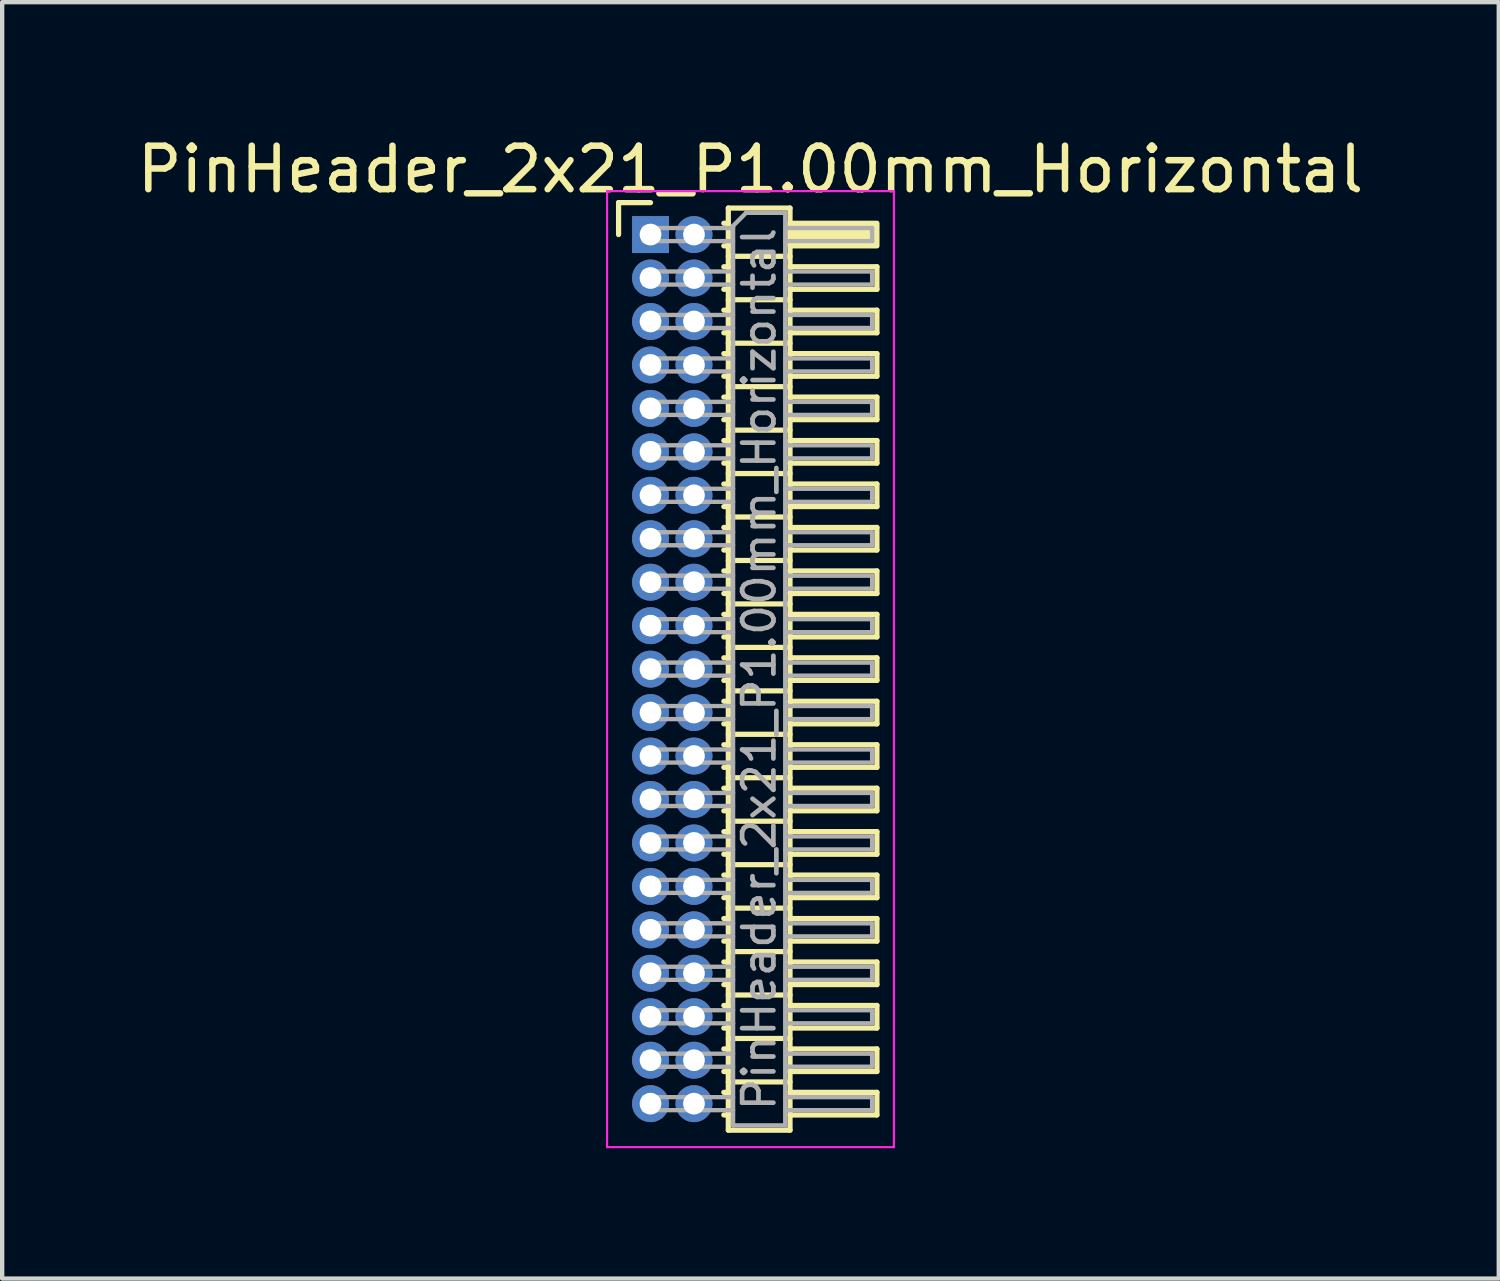
<source format=kicad_pcb>
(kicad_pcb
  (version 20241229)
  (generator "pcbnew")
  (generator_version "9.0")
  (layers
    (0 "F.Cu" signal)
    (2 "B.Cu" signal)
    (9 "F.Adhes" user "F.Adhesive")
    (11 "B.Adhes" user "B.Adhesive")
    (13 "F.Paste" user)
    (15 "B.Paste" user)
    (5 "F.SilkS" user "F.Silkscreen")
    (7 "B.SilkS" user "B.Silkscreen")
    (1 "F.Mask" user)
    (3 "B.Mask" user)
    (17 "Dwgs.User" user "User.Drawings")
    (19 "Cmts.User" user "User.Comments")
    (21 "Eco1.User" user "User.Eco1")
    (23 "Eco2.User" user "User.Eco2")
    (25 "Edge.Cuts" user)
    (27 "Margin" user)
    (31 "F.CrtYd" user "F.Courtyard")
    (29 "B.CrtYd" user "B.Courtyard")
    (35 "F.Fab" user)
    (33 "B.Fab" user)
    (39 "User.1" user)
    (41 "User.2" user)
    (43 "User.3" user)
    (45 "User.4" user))
  (footprint "PinHeader_2x21_P1.00mm_Horizontal"
    (layer "F.Cu")
    (at 11.92 2.348)
    (property "Reference" "PinHeader_2x21_P1.00mm_Horizontal" (at 2.3 -1.5 0) (layer "F.SilkS") (effects (font (size 1 1) (thickness 0.15))))
    (attr through_hole)
    (fp_line (start -0.735 -0.735) (end 0 -0.735) (stroke (width 0.12) (type solid)) (layer "F.SilkS"))
    (fp_line (start -0.735 0) (end -0.735 -0.735) (stroke (width 0.12) (type solid)) (layer "F.SilkS"))
    (fp_line (start 1.687 -0.26) (end 1.79 -0.26) (stroke (width 0.12) (type solid)) (layer "F.SilkS"))
    (fp_line (start 1.687 0.26) (end 1.79 0.26) (stroke (width 0.12) (type solid)) (layer "F.SilkS"))
    (fp_line (start 1.687 0.74) (end 1.79 0.74) (stroke (width 0.12) (type solid)) (layer "F.SilkS"))
    (fp_line (start 1.687 1.26) (end 1.79 1.26) (stroke (width 0.12) (type solid)) (layer "F.SilkS"))
    (fp_line (start 1.687 1.74) (end 1.79 1.74) (stroke (width 0.12) (type solid)) (layer "F.SilkS"))
    (fp_line (start 1.687 2.26) (end 1.79 2.26) (stroke (width 0.12) (type solid)) (layer "F.SilkS"))
    (fp_line (start 1.687 2.74) (end 1.79 2.74) (stroke (width 0.12) (type solid)) (layer "F.SilkS"))
    (fp_line (start 1.687 3.26) (end 1.79 3.26) (stroke (width 0.12) (type solid)) (layer "F.SilkS"))
    (fp_line (start 1.687 3.74) (end 1.79 3.74) (stroke (width 0.12) (type solid)) (layer "F.SilkS"))
    (fp_line (start 1.687 4.26) (end 1.79 4.26) (stroke (width 0.12) (type solid)) (layer "F.SilkS"))
    (fp_line (start 1.687 4.74) (end 1.79 4.74) (stroke (width 0.12) (type solid)) (layer "F.SilkS"))
    (fp_line (start 1.687 5.26) (end 1.79 5.26) (stroke (width 0.12) (type solid)) (layer "F.SilkS"))
    (fp_line (start 1.687 5.74) (end 1.79 5.74) (stroke (width 0.12) (type solid)) (layer "F.SilkS"))
    (fp_line (start 1.687 6.26) (end 1.79 6.26) (stroke (width 0.12) (type solid)) (layer "F.SilkS"))
    (fp_line (start 1.687 6.74) (end 1.79 6.74) (stroke (width 0.12) (type solid)) (layer "F.SilkS"))
    (fp_line (start 1.687 7.26) (end 1.79 7.26) (stroke (width 0.12) (type solid)) (layer "F.SilkS"))
    (fp_line (start 1.687 7.74) (end 1.79 7.74) (stroke (width 0.12) (type solid)) (layer "F.SilkS"))
    (fp_line (start 1.687 8.26) (end 1.79 8.26) (stroke (width 0.12) (type solid)) (layer "F.SilkS"))
    (fp_line (start 1.687 8.74) (end 1.79 8.74) (stroke (width 0.12) (type solid)) (layer "F.SilkS"))
    (fp_line (start 1.687 9.26) (end 1.79 9.26) (stroke (width 0.12) (type solid)) (layer "F.SilkS"))
    (fp_line (start 1.687 9.74) (end 1.79 9.74) (stroke (width 0.12) (type solid)) (layer "F.SilkS"))
    (fp_line (start 1.687 10.26) (end 1.79 10.26) (stroke (width 0.12) (type solid)) (layer "F.SilkS"))
    (fp_line (start 1.687 10.74) (end 1.79 10.74) (stroke (width 0.12) (type solid)) (layer "F.SilkS"))
    (fp_line (start 1.687 11.26) (end 1.79 11.26) (stroke (width 0.12) (type solid)) (layer "F.SilkS"))
    (fp_line (start 1.687 11.74) (end 1.79 11.74) (stroke (width 0.12) (type solid)) (layer "F.SilkS"))
    (fp_line (start 1.687 12.26) (end 1.79 12.26) (stroke (width 0.12) (type solid)) (layer "F.SilkS"))
    (fp_line (start 1.687 12.74) (end 1.79 12.74) (stroke (width 0.12) (type solid)) (layer "F.SilkS"))
    (fp_line (start 1.687 13.26) (end 1.79 13.26) (stroke (width 0.12) (type solid)) (layer "F.SilkS"))
    (fp_line (start 1.687 13.74) (end 1.79 13.74) (stroke (width 0.12) (type solid)) (layer "F.SilkS"))
    (fp_line (start 1.687 14.26) (end 1.79 14.26) (stroke (width 0.12) (type solid)) (layer "F.SilkS"))
    (fp_line (start 1.687 14.74) (end 1.79 14.74) (stroke (width 0.12) (type solid)) (layer "F.SilkS"))
    (fp_line (start 1.687 15.26) (end 1.79 15.26) (stroke (width 0.12) (type solid)) (layer "F.SilkS"))
    (fp_line (start 1.687 15.74) (end 1.79 15.74) (stroke (width 0.12) (type solid)) (layer "F.SilkS"))
    (fp_line (start 1.687 16.26) (end 1.79 16.26) (stroke (width 0.12) (type solid)) (layer "F.SilkS"))
    (fp_line (start 1.687 16.74) (end 1.79 16.74) (stroke (width 0.12) (type solid)) (layer "F.SilkS"))
    (fp_line (start 1.687 17.26) (end 1.79 17.26) (stroke (width 0.12) (type solid)) (layer "F.SilkS"))
    (fp_line (start 1.687 17.74) (end 1.79 17.74) (stroke (width 0.12) (type solid)) (layer "F.SilkS"))
    (fp_line (start 1.687 18.26) (end 1.79 18.26) (stroke (width 0.12) (type solid)) (layer "F.SilkS"))
    (fp_line (start 1.687 18.74) (end 1.79 18.74) (stroke (width 0.12) (type solid)) (layer "F.SilkS"))
    (fp_line (start 1.687 19.26) (end 1.79 19.26) (stroke (width 0.12) (type solid)) (layer "F.SilkS"))
    (fp_line (start 1.687 19.74) (end 1.79 19.74) (stroke (width 0.12) (type solid)) (layer "F.SilkS"))
    (fp_line (start 1.687 20.26) (end 1.79 20.26) (stroke (width 0.12) (type solid)) (layer "F.SilkS"))
    (fp_line (start 1.79 -0.61) (end 1.79 20.61) (stroke (width 0.12) (type solid)) (layer "F.SilkS"))
    (fp_line (start 1.79 0.5) (end 3.21 0.5) (stroke (width 0.12) (type solid)) (layer "F.SilkS"))
    (fp_line (start 1.79 1.5) (end 3.21 1.5) (stroke (width 0.12) (type solid)) (layer "F.SilkS"))
    (fp_line (start 1.79 2.5) (end 3.21 2.5) (stroke (width 0.12) (type solid)) (layer "F.SilkS"))
    (fp_line (start 1.79 3.5) (end 3.21 3.5) (stroke (width 0.12) (type solid)) (layer "F.SilkS"))
    (fp_line (start 1.79 4.5) (end 3.21 4.5) (stroke (width 0.12) (type solid)) (layer "F.SilkS"))
    (fp_line (start 1.79 5.5) (end 3.21 5.5) (stroke (width 0.12) (type solid)) (layer "F.SilkS"))
    (fp_line (start 1.79 6.5) (end 3.21 6.5) (stroke (width 0.12) (type solid)) (layer "F.SilkS"))
    (fp_line (start 1.79 7.5) (end 3.21 7.5) (stroke (width 0.12) (type solid)) (layer "F.SilkS"))
    (fp_line (start 1.79 8.5) (end 3.21 8.5) (stroke (width 0.12) (type solid)) (layer "F.SilkS"))
    (fp_line (start 1.79 9.5) (end 3.21 9.5) (stroke (width 0.12) (type solid)) (layer "F.SilkS"))
    (fp_line (start 1.79 10.5) (end 3.21 10.5) (stroke (width 0.12) (type solid)) (layer "F.SilkS"))
    (fp_line (start 1.79 11.5) (end 3.21 11.5) (stroke (width 0.12) (type solid)) (layer "F.SilkS"))
    (fp_line (start 1.79 12.5) (end 3.21 12.5) (stroke (width 0.12) (type solid)) (layer "F.SilkS"))
    (fp_line (start 1.79 13.5) (end 3.21 13.5) (stroke (width 0.12) (type solid)) (layer "F.SilkS"))
    (fp_line (start 1.79 14.5) (end 3.21 14.5) (stroke (width 0.12) (type solid)) (layer "F.SilkS"))
    (fp_line (start 1.79 15.5) (end 3.21 15.5) (stroke (width 0.12) (type solid)) (layer "F.SilkS"))
    (fp_line (start 1.79 16.5) (end 3.21 16.5) (stroke (width 0.12) (type solid)) (layer "F.SilkS"))
    (fp_line (start 1.79 17.5) (end 3.21 17.5) (stroke (width 0.12) (type solid)) (layer "F.SilkS"))
    (fp_line (start 1.79 18.5) (end 3.21 18.5) (stroke (width 0.12) (type solid)) (layer "F.SilkS"))
    (fp_line (start 1.79 19.5) (end 3.21 19.5) (stroke (width 0.12) (type solid)) (layer "F.SilkS"))
    (fp_line (start 1.79 20.61) (end 3.21 20.61) (stroke (width 0.12) (type solid)) (layer "F.SilkS"))
    (fp_line (start 3.21 -0.61) (end 1.79 -0.61) (stroke (width 0.12) (type solid)) (layer "F.SilkS"))
    (fp_line (start 3.21 0.74) (end 5.21 0.74) (stroke (width 0.12) (type solid)) (layer "F.SilkS"))
    (fp_line (start 3.21 1.74) (end 5.21 1.74) (stroke (width 0.12) (type solid)) (layer "F.SilkS"))
    (fp_line (start 3.21 2.74) (end 5.21 2.74) (stroke (width 0.12) (type solid)) (layer "F.SilkS"))
    (fp_line (start 3.21 3.74) (end 5.21 3.74) (stroke (width 0.12) (type solid)) (layer "F.SilkS"))
    (fp_line (start 3.21 4.74) (end 5.21 4.74) (stroke (width 0.12) (type solid)) (layer "F.SilkS"))
    (fp_line (start 3.21 5.74) (end 5.21 5.74) (stroke (width 0.12) (type solid)) (layer "F.SilkS"))
    (fp_line (start 3.21 6.74) (end 5.21 6.74) (stroke (width 0.12) (type solid)) (layer "F.SilkS"))
    (fp_line (start 3.21 7.74) (end 5.21 7.74) (stroke (width 0.12) (type solid)) (layer "F.SilkS"))
    (fp_line (start 3.21 8.74) (end 5.21 8.74) (stroke (width 0.12) (type solid)) (layer "F.SilkS"))
    (fp_line (start 3.21 9.74) (end 5.21 9.74) (stroke (width 0.12) (type solid)) (layer "F.SilkS"))
    (fp_line (start 3.21 10.74) (end 5.21 10.74) (stroke (width 0.12) (type solid)) (layer "F.SilkS"))
    (fp_line (start 3.21 11.74) (end 5.21 11.74) (stroke (width 0.12) (type solid)) (layer "F.SilkS"))
    (fp_line (start 3.21 12.74) (end 5.21 12.74) (stroke (width 0.12) (type solid)) (layer "F.SilkS"))
    (fp_line (start 3.21 13.74) (end 5.21 13.74) (stroke (width 0.12) (type solid)) (layer "F.SilkS"))
    (fp_line (start 3.21 14.74) (end 5.21 14.74) (stroke (width 0.12) (type solid)) (layer "F.SilkS"))
    (fp_line (start 3.21 15.74) (end 5.21 15.74) (stroke (width 0.12) (type solid)) (layer "F.SilkS"))
    (fp_line (start 3.21 16.74) (end 5.21 16.74) (stroke (width 0.12) (type solid)) (layer "F.SilkS"))
    (fp_line (start 3.21 17.74) (end 5.21 17.74) (stroke (width 0.12) (type solid)) (layer "F.SilkS"))
    (fp_line (start 3.21 18.74) (end 5.21 18.74) (stroke (width 0.12) (type solid)) (layer "F.SilkS"))
    (fp_line (start 3.21 19.74) (end 5.21 19.74) (stroke (width 0.12) (type solid)) (layer "F.SilkS"))
    (fp_line (start 3.21 20.61) (end 3.21 -0.61) (stroke (width 0.12) (type solid)) (layer "F.SilkS"))
    (fp_line (start 5.21 0.74) (end 5.21 1.26) (stroke (width 0.12) (type solid)) (layer "F.SilkS"))
    (fp_line (start 5.21 1.26) (end 3.21 1.26) (stroke (width 0.12) (type solid)) (layer "F.SilkS"))
    (fp_line (start 5.21 1.74) (end 5.21 2.26) (stroke (width 0.12) (type solid)) (layer "F.SilkS"))
    (fp_line (start 5.21 2.26) (end 3.21 2.26) (stroke (width 0.12) (type solid)) (layer "F.SilkS"))
    (fp_line (start 5.21 2.74) (end 5.21 3.26) (stroke (width 0.12) (type solid)) (layer "F.SilkS"))
    (fp_line (start 5.21 3.26) (end 3.21 3.26) (stroke (width 0.12) (type solid)) (layer "F.SilkS"))
    (fp_line (start 5.21 3.74) (end 5.21 4.26) (stroke (width 0.12) (type solid)) (layer "F.SilkS"))
    (fp_line (start 5.21 4.26) (end 3.21 4.26) (stroke (width 0.12) (type solid)) (layer "F.SilkS"))
    (fp_line (start 5.21 4.74) (end 5.21 5.26) (stroke (width 0.12) (type solid)) (layer "F.SilkS"))
    (fp_line (start 5.21 5.26) (end 3.21 5.26) (stroke (width 0.12) (type solid)) (layer "F.SilkS"))
    (fp_line (start 5.21 5.74) (end 5.21 6.26) (stroke (width 0.12) (type solid)) (layer "F.SilkS"))
    (fp_line (start 5.21 6.26) (end 3.21 6.26) (stroke (width 0.12) (type solid)) (layer "F.SilkS"))
    (fp_line (start 5.21 6.74) (end 5.21 7.26) (stroke (width 0.12) (type solid)) (layer "F.SilkS"))
    (fp_line (start 5.21 7.26) (end 3.21 7.26) (stroke (width 0.12) (type solid)) (layer "F.SilkS"))
    (fp_line (start 5.21 7.74) (end 5.21 8.26) (stroke (width 0.12) (type solid)) (layer "F.SilkS"))
    (fp_line (start 5.21 8.26) (end 3.21 8.26) (stroke (width 0.12) (type solid)) (layer "F.SilkS"))
    (fp_line (start 5.21 8.74) (end 5.21 9.26) (stroke (width 0.12) (type solid)) (layer "F.SilkS"))
    (fp_line (start 5.21 9.26) (end 3.21 9.26) (stroke (width 0.12) (type solid)) (layer "F.SilkS"))
    (fp_line (start 5.21 9.74) (end 5.21 10.26) (stroke (width 0.12) (type solid)) (layer "F.SilkS"))
    (fp_line (start 5.21 10.26) (end 3.21 10.26) (stroke (width 0.12) (type solid)) (layer "F.SilkS"))
    (fp_line (start 5.21 10.74) (end 5.21 11.26) (stroke (width 0.12) (type solid)) (layer "F.SilkS"))
    (fp_line (start 5.21 11.26) (end 3.21 11.26) (stroke (width 0.12) (type solid)) (layer "F.SilkS"))
    (fp_line (start 5.21 11.74) (end 5.21 12.26) (stroke (width 0.12) (type solid)) (layer "F.SilkS"))
    (fp_line (start 5.21 12.26) (end 3.21 12.26) (stroke (width 0.12) (type solid)) (layer "F.SilkS"))
    (fp_line (start 5.21 12.74) (end 5.21 13.26) (stroke (width 0.12) (type solid)) (layer "F.SilkS"))
    (fp_line (start 5.21 13.26) (end 3.21 13.26) (stroke (width 0.12) (type solid)) (layer "F.SilkS"))
    (fp_line (start 5.21 13.74) (end 5.21 14.26) (stroke (width 0.12) (type solid)) (layer "F.SilkS"))
    (fp_line (start 5.21 14.26) (end 3.21 14.26) (stroke (width 0.12) (type solid)) (layer "F.SilkS"))
    (fp_line (start 5.21 14.74) (end 5.21 15.26) (stroke (width 0.12) (type solid)) (layer "F.SilkS"))
    (fp_line (start 5.21 15.26) (end 3.21 15.26) (stroke (width 0.12) (type solid)) (layer "F.SilkS"))
    (fp_line (start 5.21 15.74) (end 5.21 16.26) (stroke (width 0.12) (type solid)) (layer "F.SilkS"))
    (fp_line (start 5.21 16.26) (end 3.21 16.26) (stroke (width 0.12) (type solid)) (layer "F.SilkS"))
    (fp_line (start 5.21 16.74) (end 5.21 17.26) (stroke (width 0.12) (type solid)) (layer "F.SilkS"))
    (fp_line (start 5.21 17.26) (end 3.21 17.26) (stroke (width 0.12) (type solid)) (layer "F.SilkS"))
    (fp_line (start 5.21 17.74) (end 5.21 18.26) (stroke (width 0.12) (type solid)) (layer "F.SilkS"))
    (fp_line (start 5.21 18.26) (end 3.21 18.26) (stroke (width 0.12) (type solid)) (layer "F.SilkS"))
    (fp_line (start 5.21 18.74) (end 5.21 19.26) (stroke (width 0.12) (type solid)) (layer "F.SilkS"))
    (fp_line (start 5.21 19.26) (end 3.21 19.26) (stroke (width 0.12) (type solid)) (layer "F.SilkS"))
    (fp_line (start 5.21 19.74) (end 5.21 20.26) (stroke (width 0.12) (type solid)) (layer "F.SilkS"))
    (fp_line (start 5.21 20.26) (end 3.21 20.26) (stroke (width 0.12) (type solid)) (layer "F.SilkS"))
    (fp_rect (start 3.21 -0.26) (end 5.21 0.26) (stroke (width 0.12) (type solid)) (fill yes) (layer "F.SilkS"))
    (fp_line (start -1 -1) (end -1 21) (stroke (width 0.05) (type solid)) (layer "F.CrtYd"))
    (fp_line (start -1 21) (end 5.6 21) (stroke (width 0.05) (type solid)) (layer "F.CrtYd"))
    (fp_line (start 5.6 -1) (end -1 -1) (stroke (width 0.05) (type solid)) (layer "F.CrtYd"))
    (fp_line (start 5.6 21) (end 5.6 -1) (stroke (width 0.05) (type solid)) (layer "F.CrtYd"))
    (fp_line (start -0.15 -0.15) (end -0.15 0.15) (stroke (width 0.1) (type solid)) (layer "F.Fab"))
    (fp_line (start -0.15 -0.15) (end 1.9 -0.15) (stroke (width 0.1) (type solid)) (layer "F.Fab"))
    (fp_line (start -0.15 0.15) (end 1.9 0.15) (stroke (width 0.1) (type solid)) (layer "F.Fab"))
    (fp_line (start -0.15 0.85) (end -0.15 1.15) (stroke (width 0.1) (type solid)) (layer "F.Fab"))
    (fp_line (start -0.15 0.85) (end 1.9 0.85) (stroke (width 0.1) (type solid)) (layer "F.Fab"))
    (fp_line (start -0.15 1.15) (end 1.9 1.15) (stroke (width 0.1) (type solid)) (layer "F.Fab"))
    (fp_line (start -0.15 1.85) (end -0.15 2.15) (stroke (width 0.1) (type solid)) (layer "F.Fab"))
    (fp_line (start -0.15 1.85) (end 1.9 1.85) (stroke (width 0.1) (type solid)) (layer "F.Fab"))
    (fp_line (start -0.15 2.15) (end 1.9 2.15) (stroke (width 0.1) (type solid)) (layer "F.Fab"))
    (fp_line (start -0.15 2.85) (end -0.15 3.15) (stroke (width 0.1) (type solid)) (layer "F.Fab"))
    (fp_line (start -0.15 2.85) (end 1.9 2.85) (stroke (width 0.1) (type solid)) (layer "F.Fab"))
    (fp_line (start -0.15 3.15) (end 1.9 3.15) (stroke (width 0.1) (type solid)) (layer "F.Fab"))
    (fp_line (start -0.15 3.85) (end -0.15 4.15) (stroke (width 0.1) (type solid)) (layer "F.Fab"))
    (fp_line (start -0.15 3.85) (end 1.9 3.85) (stroke (width 0.1) (type solid)) (layer "F.Fab"))
    (fp_line (start -0.15 4.15) (end 1.9 4.15) (stroke (width 0.1) (type solid)) (layer "F.Fab"))
    (fp_line (start -0.15 4.85) (end -0.15 5.15) (stroke (width 0.1) (type solid)) (layer "F.Fab"))
    (fp_line (start -0.15 4.85) (end 1.9 4.85) (stroke (width 0.1) (type solid)) (layer "F.Fab"))
    (fp_line (start -0.15 5.15) (end 1.9 5.15) (stroke (width 0.1) (type solid)) (layer "F.Fab"))
    (fp_line (start -0.15 5.85) (end -0.15 6.15) (stroke (width 0.1) (type solid)) (layer "F.Fab"))
    (fp_line (start -0.15 5.85) (end 1.9 5.85) (stroke (width 0.1) (type solid)) (layer "F.Fab"))
    (fp_line (start -0.15 6.15) (end 1.9 6.15) (stroke (width 0.1) (type solid)) (layer "F.Fab"))
    (fp_line (start -0.15 6.85) (end -0.15 7.15) (stroke (width 0.1) (type solid)) (layer "F.Fab"))
    (fp_line (start -0.15 6.85) (end 1.9 6.85) (stroke (width 0.1) (type solid)) (layer "F.Fab"))
    (fp_line (start -0.15 7.15) (end 1.9 7.15) (stroke (width 0.1) (type solid)) (layer "F.Fab"))
    (fp_line (start -0.15 7.85) (end -0.15 8.15) (stroke (width 0.1) (type solid)) (layer "F.Fab"))
    (fp_line (start -0.15 7.85) (end 1.9 7.85) (stroke (width 0.1) (type solid)) (layer "F.Fab"))
    (fp_line (start -0.15 8.15) (end 1.9 8.15) (stroke (width 0.1) (type solid)) (layer "F.Fab"))
    (fp_line (start -0.15 8.85) (end -0.15 9.15) (stroke (width 0.1) (type solid)) (layer "F.Fab"))
    (fp_line (start -0.15 8.85) (end 1.9 8.85) (stroke (width 0.1) (type solid)) (layer "F.Fab"))
    (fp_line (start -0.15 9.15) (end 1.9 9.15) (stroke (width 0.1) (type solid)) (layer "F.Fab"))
    (fp_line (start -0.15 9.85) (end -0.15 10.15) (stroke (width 0.1) (type solid)) (layer "F.Fab"))
    (fp_line (start -0.15 9.85) (end 1.9 9.85) (stroke (width 0.1) (type solid)) (layer "F.Fab"))
    (fp_line (start -0.15 10.15) (end 1.9 10.15) (stroke (width 0.1) (type solid)) (layer "F.Fab"))
    (fp_line (start -0.15 10.85) (end -0.15 11.15) (stroke (width 0.1) (type solid)) (layer "F.Fab"))
    (fp_line (start -0.15 10.85) (end 1.9 10.85) (stroke (width 0.1) (type solid)) (layer "F.Fab"))
    (fp_line (start -0.15 11.15) (end 1.9 11.15) (stroke (width 0.1) (type solid)) (layer "F.Fab"))
    (fp_line (start -0.15 11.85) (end -0.15 12.15) (stroke (width 0.1) (type solid)) (layer "F.Fab"))
    (fp_line (start -0.15 11.85) (end 1.9 11.85) (stroke (width 0.1) (type solid)) (layer "F.Fab"))
    (fp_line (start -0.15 12.15) (end 1.9 12.15) (stroke (width 0.1) (type solid)) (layer "F.Fab"))
    (fp_line (start -0.15 12.85) (end -0.15 13.15) (stroke (width 0.1) (type solid)) (layer "F.Fab"))
    (fp_line (start -0.15 12.85) (end 1.9 12.85) (stroke (width 0.1) (type solid)) (layer "F.Fab"))
    (fp_line (start -0.15 13.15) (end 1.9 13.15) (stroke (width 0.1) (type solid)) (layer "F.Fab"))
    (fp_line (start -0.15 13.85) (end -0.15 14.15) (stroke (width 0.1) (type solid)) (layer "F.Fab"))
    (fp_line (start -0.15 13.85) (end 1.9 13.85) (stroke (width 0.1) (type solid)) (layer "F.Fab"))
    (fp_line (start -0.15 14.15) (end 1.9 14.15) (stroke (width 0.1) (type solid)) (layer "F.Fab"))
    (fp_line (start -0.15 14.85) (end -0.15 15.15) (stroke (width 0.1) (type solid)) (layer "F.Fab"))
    (fp_line (start -0.15 14.85) (end 1.9 14.85) (stroke (width 0.1) (type solid)) (layer "F.Fab"))
    (fp_line (start -0.15 15.15) (end 1.9 15.15) (stroke (width 0.1) (type solid)) (layer "F.Fab"))
    (fp_line (start -0.15 15.85) (end -0.15 16.15) (stroke (width 0.1) (type solid)) (layer "F.Fab"))
    (fp_line (start -0.15 15.85) (end 1.9 15.85) (stroke (width 0.1) (type solid)) (layer "F.Fab"))
    (fp_line (start -0.15 16.15) (end 1.9 16.15) (stroke (width 0.1) (type solid)) (layer "F.Fab"))
    (fp_line (start -0.15 16.85) (end -0.15 17.15) (stroke (width 0.1) (type solid)) (layer "F.Fab"))
    (fp_line (start -0.15 16.85) (end 1.9 16.85) (stroke (width 0.1) (type solid)) (layer "F.Fab"))
    (fp_line (start -0.15 17.15) (end 1.9 17.15) (stroke (width 0.1) (type solid)) (layer "F.Fab"))
    (fp_line (start -0.15 17.85) (end -0.15 18.15) (stroke (width 0.1) (type solid)) (layer "F.Fab"))
    (fp_line (start -0.15 17.85) (end 1.9 17.85) (stroke (width 0.1) (type solid)) (layer "F.Fab"))
    (fp_line (start -0.15 18.15) (end 1.9 18.15) (stroke (width 0.1) (type solid)) (layer "F.Fab"))
    (fp_line (start -0.15 18.85) (end -0.15 19.15) (stroke (width 0.1) (type solid)) (layer "F.Fab"))
    (fp_line (start -0.15 18.85) (end 1.9 18.85) (stroke (width 0.1) (type solid)) (layer "F.Fab"))
    (fp_line (start -0.15 19.15) (end 1.9 19.15) (stroke (width 0.1) (type solid)) (layer "F.Fab"))
    (fp_line (start -0.15 19.85) (end -0.15 20.15) (stroke (width 0.1) (type solid)) (layer "F.Fab"))
    (fp_line (start -0.15 19.85) (end 1.9 19.85) (stroke (width 0.1) (type solid)) (layer "F.Fab"))
    (fp_line (start -0.15 20.15) (end 1.9 20.15) (stroke (width 0.1) (type solid)) (layer "F.Fab"))
    (fp_line (start 1.9 -0.2) (end 2.2 -0.5) (stroke (width 0.1) (type solid)) (layer "F.Fab"))
    (fp_line (start 1.9 20.5) (end 1.9 -0.2) (stroke (width 0.1) (type solid)) (layer "F.Fab"))
    (fp_line (start 2.2 -0.5) (end 3.1 -0.5) (stroke (width 0.1) (type solid)) (layer "F.Fab"))
    (fp_line (start 3.1 -0.5) (end 3.1 20.5) (stroke (width 0.1) (type solid)) (layer "F.Fab"))
    (fp_line (start 3.1 -0.15) (end 5.1 -0.15) (stroke (width 0.1) (type solid)) (layer "F.Fab"))
    (fp_line (start 3.1 0.15) (end 5.1 0.15) (stroke (width 0.1) (type solid)) (layer "F.Fab"))
    (fp_line (start 3.1 0.85) (end 5.1 0.85) (stroke (width 0.1) (type solid)) (layer "F.Fab"))
    (fp_line (start 3.1 1.15) (end 5.1 1.15) (stroke (width 0.1) (type solid)) (layer "F.Fab"))
    (fp_line (start 3.1 1.85) (end 5.1 1.85) (stroke (width 0.1) (type solid)) (layer "F.Fab"))
    (fp_line (start 3.1 2.15) (end 5.1 2.15) (stroke (width 0.1) (type solid)) (layer "F.Fab"))
    (fp_line (start 3.1 2.85) (end 5.1 2.85) (stroke (width 0.1) (type solid)) (layer "F.Fab"))
    (fp_line (start 3.1 3.15) (end 5.1 3.15) (stroke (width 0.1) (type solid)) (layer "F.Fab"))
    (fp_line (start 3.1 3.85) (end 5.1 3.85) (stroke (width 0.1) (type solid)) (layer "F.Fab"))
    (fp_line (start 3.1 4.15) (end 5.1 4.15) (stroke (width 0.1) (type solid)) (layer "F.Fab"))
    (fp_line (start 3.1 4.85) (end 5.1 4.85) (stroke (width 0.1) (type solid)) (layer "F.Fab"))
    (fp_line (start 3.1 5.15) (end 5.1 5.15) (stroke (width 0.1) (type solid)) (layer "F.Fab"))
    (fp_line (start 3.1 5.85) (end 5.1 5.85) (stroke (width 0.1) (type solid)) (layer "F.Fab"))
    (fp_line (start 3.1 6.15) (end 5.1 6.15) (stroke (width 0.1) (type solid)) (layer "F.Fab"))
    (fp_line (start 3.1 6.85) (end 5.1 6.85) (stroke (width 0.1) (type solid)) (layer "F.Fab"))
    (fp_line (start 3.1 7.15) (end 5.1 7.15) (stroke (width 0.1) (type solid)) (layer "F.Fab"))
    (fp_line (start 3.1 7.85) (end 5.1 7.85) (stroke (width 0.1) (type solid)) (layer "F.Fab"))
    (fp_line (start 3.1 8.15) (end 5.1 8.15) (stroke (width 0.1) (type solid)) (layer "F.Fab"))
    (fp_line (start 3.1 8.85) (end 5.1 8.85) (stroke (width 0.1) (type solid)) (layer "F.Fab"))
    (fp_line (start 3.1 9.15) (end 5.1 9.15) (stroke (width 0.1) (type solid)) (layer "F.Fab"))
    (fp_line (start 3.1 9.85) (end 5.1 9.85) (stroke (width 0.1) (type solid)) (layer "F.Fab"))
    (fp_line (start 3.1 10.15) (end 5.1 10.15) (stroke (width 0.1) (type solid)) (layer "F.Fab"))
    (fp_line (start 3.1 10.85) (end 5.1 10.85) (stroke (width 0.1) (type solid)) (layer "F.Fab"))
    (fp_line (start 3.1 11.15) (end 5.1 11.15) (stroke (width 0.1) (type solid)) (layer "F.Fab"))
    (fp_line (start 3.1 11.85) (end 5.1 11.85) (stroke (width 0.1) (type solid)) (layer "F.Fab"))
    (fp_line (start 3.1 12.15) (end 5.1 12.15) (stroke (width 0.1) (type solid)) (layer "F.Fab"))
    (fp_line (start 3.1 12.85) (end 5.1 12.85) (stroke (width 0.1) (type solid)) (layer "F.Fab"))
    (fp_line (start 3.1 13.15) (end 5.1 13.15) (stroke (width 0.1) (type solid)) (layer "F.Fab"))
    (fp_line (start 3.1 13.85) (end 5.1 13.85) (stroke (width 0.1) (type solid)) (layer "F.Fab"))
    (fp_line (start 3.1 14.15) (end 5.1 14.15) (stroke (width 0.1) (type solid)) (layer "F.Fab"))
    (fp_line (start 3.1 14.85) (end 5.1 14.85) (stroke (width 0.1) (type solid)) (layer "F.Fab"))
    (fp_line (start 3.1 15.15) (end 5.1 15.15) (stroke (width 0.1) (type solid)) (layer "F.Fab"))
    (fp_line (start 3.1 15.85) (end 5.1 15.85) (stroke (width 0.1) (type solid)) (layer "F.Fab"))
    (fp_line (start 3.1 16.15) (end 5.1 16.15) (stroke (width 0.1) (type solid)) (layer "F.Fab"))
    (fp_line (start 3.1 16.85) (end 5.1 16.85) (stroke (width 0.1) (type solid)) (layer "F.Fab"))
    (fp_line (start 3.1 17.15) (end 5.1 17.15) (stroke (width 0.1) (type solid)) (layer "F.Fab"))
    (fp_line (start 3.1 17.85) (end 5.1 17.85) (stroke (width 0.1) (type solid)) (layer "F.Fab"))
    (fp_line (start 3.1 18.15) (end 5.1 18.15) (stroke (width 0.1) (type solid)) (layer "F.Fab"))
    (fp_line (start 3.1 18.85) (end 5.1 18.85) (stroke (width 0.1) (type solid)) (layer "F.Fab"))
    (fp_line (start 3.1 19.15) (end 5.1 19.15) (stroke (width 0.1) (type solid)) (layer "F.Fab"))
    (fp_line (start 3.1 19.85) (end 5.1 19.85) (stroke (width 0.1) (type solid)) (layer "F.Fab"))
    (fp_line (start 3.1 20.15) (end 5.1 20.15) (stroke (width 0.1) (type solid)) (layer "F.Fab"))
    (fp_line (start 3.1 20.5) (end 1.9 20.5) (stroke (width 0.1) (type solid)) (layer "F.Fab"))
    (fp_line (start 5.1 -0.15) (end 5.1 0.15) (stroke (width 0.1) (type solid)) (layer "F.Fab"))
    (fp_line (start 5.1 0.85) (end 5.1 1.15) (stroke (width 0.1) (type solid)) (layer "F.Fab"))
    (fp_line (start 5.1 1.85) (end 5.1 2.15) (stroke (width 0.1) (type solid)) (layer "F.Fab"))
    (fp_line (start 5.1 2.85) (end 5.1 3.15) (stroke (width 0.1) (type solid)) (layer "F.Fab"))
    (fp_line (start 5.1 3.85) (end 5.1 4.15) (stroke (width 0.1) (type solid)) (layer "F.Fab"))
    (fp_line (start 5.1 4.85) (end 5.1 5.15) (stroke (width 0.1) (type solid)) (layer "F.Fab"))
    (fp_line (start 5.1 5.85) (end 5.1 6.15) (stroke (width 0.1) (type solid)) (layer "F.Fab"))
    (fp_line (start 5.1 6.85) (end 5.1 7.15) (stroke (width 0.1) (type solid)) (layer "F.Fab"))
    (fp_line (start 5.1 7.85) (end 5.1 8.15) (stroke (width 0.1) (type solid)) (layer "F.Fab"))
    (fp_line (start 5.1 8.85) (end 5.1 9.15) (stroke (width 0.1) (type solid)) (layer "F.Fab"))
    (fp_line (start 5.1 9.85) (end 5.1 10.15) (stroke (width 0.1) (type solid)) (layer "F.Fab"))
    (fp_line (start 5.1 10.85) (end 5.1 11.15) (stroke (width 0.1) (type solid)) (layer "F.Fab"))
    (fp_line (start 5.1 11.85) (end 5.1 12.15) (stroke (width 0.1) (type solid)) (layer "F.Fab"))
    (fp_line (start 5.1 12.85) (end 5.1 13.15) (stroke (width 0.1) (type solid)) (layer "F.Fab"))
    (fp_line (start 5.1 13.85) (end 5.1 14.15) (stroke (width 0.1) (type solid)) (layer "F.Fab"))
    (fp_line (start 5.1 14.85) (end 5.1 15.15) (stroke (width 0.1) (type solid)) (layer "F.Fab"))
    (fp_line (start 5.1 15.85) (end 5.1 16.15) (stroke (width 0.1) (type solid)) (layer "F.Fab"))
    (fp_line (start 5.1 16.85) (end 5.1 17.15) (stroke (width 0.1) (type solid)) (layer "F.Fab"))
    (fp_line (start 5.1 17.85) (end 5.1 18.15) (stroke (width 0.1) (type solid)) (layer "F.Fab"))
    (fp_line (start 5.1 18.85) (end 5.1 19.15) (stroke (width 0.1) (type solid)) (layer "F.Fab"))
    (fp_line (start 5.1 19.85) (end 5.1 20.15) (stroke (width 0.1) (type solid)) (layer "F.Fab"))
    (fp_text user "${REFERENCE}" (at 2.5 10 90) (layer "F.Fab") (effects (font (size 0.72 0.72) (thickness 0.108))))
    (pad "1" thru_hole rect (at 0 0) (size 0.85 0.85) (drill 0.5) (layers "*.Cu" "*.Mask"))
    (pad "2" thru_hole circle (at 1 0) (size 0.85 0.85) (drill 0.5) (layers "*.Cu" "*.Mask"))
    (pad "3" thru_hole circle (at 0 1) (size 0.85 0.85) (drill 0.5) (layers "*.Cu" "*.Mask"))
    (pad "4" thru_hole circle (at 1 1) (size 0.85 0.85) (drill 0.5) (layers "*.Cu" "*.Mask"))
    (pad "5" thru_hole circle (at 0 2) (size 0.85 0.85) (drill 0.5) (layers "*.Cu" "*.Mask"))
    (pad "6" thru_hole circle (at 1 2) (size 0.85 0.85) (drill 0.5) (layers "*.Cu" "*.Mask"))
    (pad "7" thru_hole circle (at 0 3) (size 0.85 0.85) (drill 0.5) (layers "*.Cu" "*.Mask"))
    (pad "8" thru_hole circle (at 1 3) (size 0.85 0.85) (drill 0.5) (layers "*.Cu" "*.Mask"))
    (pad "9" thru_hole circle (at 0 4) (size 0.85 0.85) (drill 0.5) (layers "*.Cu" "*.Mask"))
    (pad "10" thru_hole circle (at 1 4) (size 0.85 0.85) (drill 0.5) (layers "*.Cu" "*.Mask"))
    (pad "11" thru_hole circle (at 0 5) (size 0.85 0.85) (drill 0.5) (layers "*.Cu" "*.Mask"))
    (pad "12" thru_hole circle (at 1 5) (size 0.85 0.85) (drill 0.5) (layers "*.Cu" "*.Mask"))
    (pad "13" thru_hole circle (at 0 6) (size 0.85 0.85) (drill 0.5) (layers "*.Cu" "*.Mask"))
    (pad "14" thru_hole circle (at 1 6) (size 0.85 0.85) (drill 0.5) (layers "*.Cu" "*.Mask"))
    (pad "15" thru_hole circle (at 0 7) (size 0.85 0.85) (drill 0.5) (layers "*.Cu" "*.Mask"))
    (pad "16" thru_hole circle (at 1 7) (size 0.85 0.85) (drill 0.5) (layers "*.Cu" "*.Mask"))
    (pad "17" thru_hole circle (at 0 8) (size 0.85 0.85) (drill 0.5) (layers "*.Cu" "*.Mask"))
    (pad "18" thru_hole circle (at 1 8) (size 0.85 0.85) (drill 0.5) (layers "*.Cu" "*.Mask"))
    (pad "19" thru_hole circle (at 0 9) (size 0.85 0.85) (drill 0.5) (layers "*.Cu" "*.Mask"))
    (pad "20" thru_hole circle (at 1 9) (size 0.85 0.85) (drill 0.5) (layers "*.Cu" "*.Mask"))
    (pad "21" thru_hole circle (at 0 10) (size 0.85 0.85) (drill 0.5) (layers "*.Cu" "*.Mask"))
    (pad "22" thru_hole circle (at 1 10) (size 0.85 0.85) (drill 0.5) (layers "*.Cu" "*.Mask"))
    (pad "23" thru_hole circle (at 0 11) (size 0.85 0.85) (drill 0.5) (layers "*.Cu" "*.Mask"))
    (pad "24" thru_hole circle (at 1 11) (size 0.85 0.85) (drill 0.5) (layers "*.Cu" "*.Mask"))
    (pad "25" thru_hole circle (at 0 12) (size 0.85 0.85) (drill 0.5) (layers "*.Cu" "*.Mask"))
    (pad "26" thru_hole circle (at 1 12) (size 0.85 0.85) (drill 0.5) (layers "*.Cu" "*.Mask"))
    (pad "27" thru_hole circle (at 0 13) (size 0.85 0.85) (drill 0.5) (layers "*.Cu" "*.Mask"))
    (pad "28" thru_hole circle (at 1 13) (size 0.85 0.85) (drill 0.5) (layers "*.Cu" "*.Mask"))
    (pad "29" thru_hole circle (at 0 14) (size 0.85 0.85) (drill 0.5) (layers "*.Cu" "*.Mask"))
    (pad "30" thru_hole circle (at 1 14) (size 0.85 0.85) (drill 0.5) (layers "*.Cu" "*.Mask"))
    (pad "31" thru_hole circle (at 0 15) (size 0.85 0.85) (drill 0.5) (layers "*.Cu" "*.Mask"))
    (pad "32" thru_hole circle (at 1 15) (size 0.85 0.85) (drill 0.5) (layers "*.Cu" "*.Mask"))
    (pad "33" thru_hole circle (at 0 16) (size 0.85 0.85) (drill 0.5) (layers "*.Cu" "*.Mask"))
    (pad "34" thru_hole circle (at 1 16) (size 0.85 0.85) (drill 0.5) (layers "*.Cu" "*.Mask"))
    (pad "35" thru_hole circle (at 0 17) (size 0.85 0.85) (drill 0.5) (layers "*.Cu" "*.Mask"))
    (pad "36" thru_hole circle (at 1 17) (size 0.85 0.85) (drill 0.5) (layers "*.Cu" "*.Mask"))
    (pad "37" thru_hole circle (at 0 18) (size 0.85 0.85) (drill 0.5) (layers "*.Cu" "*.Mask"))
    (pad "38" thru_hole circle (at 1 18) (size 0.85 0.85) (drill 0.5) (layers "*.Cu" "*.Mask"))
    (pad "39" thru_hole circle (at 0 19) (size 0.85 0.85) (drill 0.5) (layers "*.Cu" "*.Mask"))
    (pad "40" thru_hole circle (at 1 19) (size 0.85 0.85) (drill 0.5) (layers "*.Cu" "*.Mask"))
    (pad "41" thru_hole circle (at 0 20) (size 0.85 0.85) (drill 0.5) (layers "*.Cu" "*.Mask"))
    (pad "42" thru_hole circle (at 1 20) (size 0.85 0.85) (drill 0.5) (layers "*.Cu" "*.Mask")))
  (gr_rect
    (start -3 -3)
    (end 31.44 26.373)
    (stroke (width 0.1) (type default))
    (fill no)
    (layer "Edge.Cuts")))
</source>
